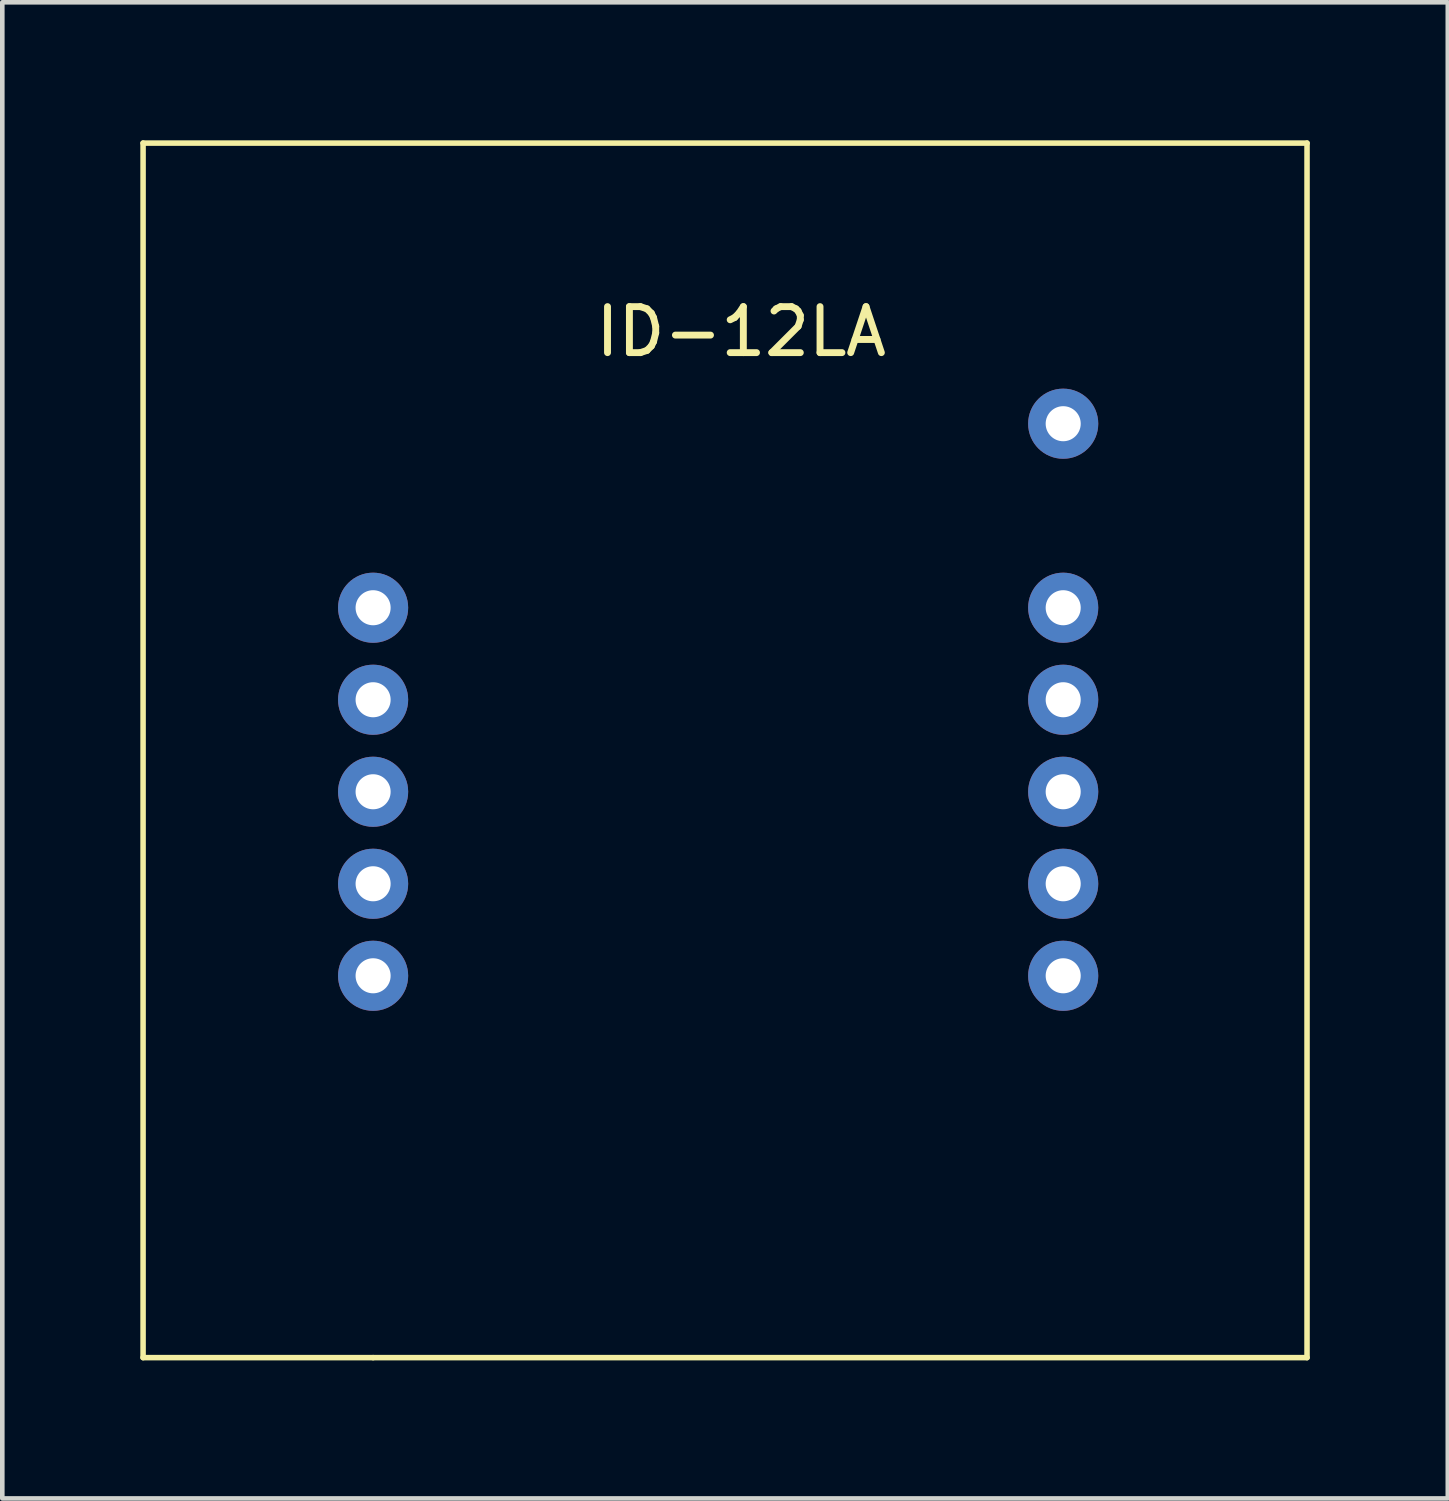
<source format=kicad_pcb>
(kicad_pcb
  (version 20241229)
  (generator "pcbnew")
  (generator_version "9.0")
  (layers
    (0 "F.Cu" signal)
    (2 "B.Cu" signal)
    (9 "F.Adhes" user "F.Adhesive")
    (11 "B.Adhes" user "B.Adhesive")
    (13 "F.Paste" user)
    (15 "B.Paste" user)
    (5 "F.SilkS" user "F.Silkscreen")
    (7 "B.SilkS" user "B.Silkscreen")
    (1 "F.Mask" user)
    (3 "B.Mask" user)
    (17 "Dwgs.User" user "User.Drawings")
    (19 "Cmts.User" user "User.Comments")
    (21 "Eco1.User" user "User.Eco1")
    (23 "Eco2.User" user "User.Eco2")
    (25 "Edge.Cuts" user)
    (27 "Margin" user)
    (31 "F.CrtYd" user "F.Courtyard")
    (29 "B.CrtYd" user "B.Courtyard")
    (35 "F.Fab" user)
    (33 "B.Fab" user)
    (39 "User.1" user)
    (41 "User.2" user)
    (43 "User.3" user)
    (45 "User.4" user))
  (footprint "ID-12LA"
    (layer "F.Cu")
    (at 5.06 10.16)
    (property "Reference" "ID-12LA" (at 8 -6 0) (layer "F.SilkS") (effects (font (size 1 1) (thickness 0.15))))
    (attr through_hole)
    (fp_line (start -5 -10.1) (end -5 16.3) (stroke (width 0.12) (type solid)) (layer "F.SilkS"))
    (fp_line (start -5 16.3) (end 0 16.3) (stroke (width 0.12) (type solid)) (layer "F.SilkS"))
    (fp_line (start 0 16.3) (end 20.3 16.3) (stroke (width 0.12) (type solid)) (layer "F.SilkS"))
    (fp_line (start 20.3 -10.1) (end -5 -10.1) (stroke (width 0.12) (type solid)) (layer "F.SilkS"))
    (fp_line (start 20.3 16.3) (end 20.3 -10.1) (stroke (width 0.12) (type solid)) (layer "F.SilkS"))
    (pad "1" thru_hole circle (at 0 0) (size 1.524 1.524) (drill 0.762) (layers "*.Cu" "*.Mask"))
    (pad "2" thru_hole circle (at 0 2) (size 1.524 1.524) (drill 0.762) (layers "*.Cu" "*.Mask"))
    (pad "3" thru_hole circle (at 0 4) (size 1.524 1.524) (drill 0.762) (layers "*.Cu" "*.Mask"))
    (pad "4" thru_hole circle (at 0 6) (size 1.524 1.524) (drill 0.762) (layers "*.Cu" "*.Mask"))
    (pad "5" thru_hole circle (at 0 8) (size 1.524 1.524) (drill 0.762) (layers "*.Cu" "*.Mask"))
    (pad "6" thru_hole circle (at 15 8) (size 1.524 1.524) (drill 0.762) (layers "*.Cu" "*.Mask"))
    (pad "7" thru_hole circle (at 15 6) (size 1.524 1.524) (drill 0.762) (layers "*.Cu" "*.Mask"))
    (pad "8" thru_hole circle (at 15 4) (size 1.524 1.524) (drill 0.762) (layers "*.Cu" "*.Mask"))
    (pad "9" thru_hole circle (at 15 2) (size 1.524 1.524) (drill 0.762) (layers "*.Cu" "*.Mask"))
    (pad "10" thru_hole circle (at 15 0) (size 1.524 1.524) (drill 0.762) (layers "*.Cu" "*.Mask"))
    (pad "11" thru_hole circle (at 15 -4) (size 1.524 1.524) (drill 0.762) (layers "*.Cu" "*.Mask")))
  (gr_rect
    (start -3 -3)
    (end 28.42 29.52)
    (stroke (width 0.1) (type default))
    (fill no)
    (layer "Edge.Cuts")))
</source>
